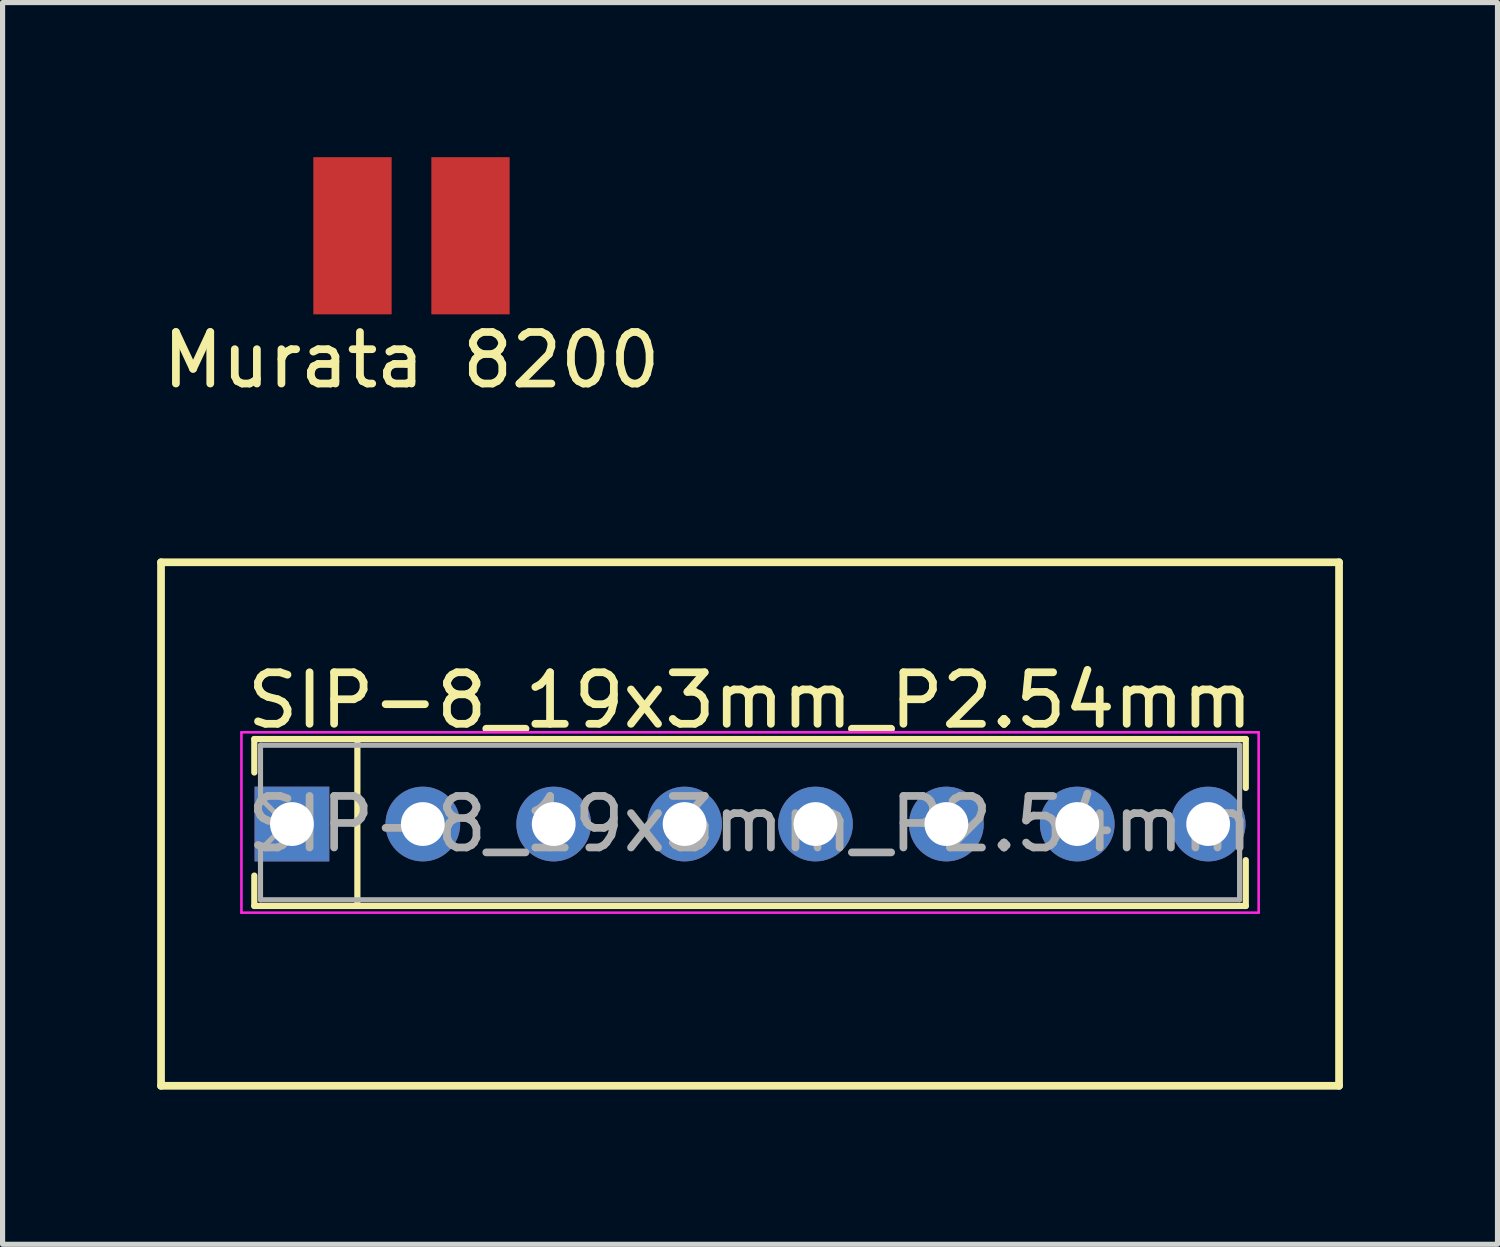
<source format=kicad_pcb>
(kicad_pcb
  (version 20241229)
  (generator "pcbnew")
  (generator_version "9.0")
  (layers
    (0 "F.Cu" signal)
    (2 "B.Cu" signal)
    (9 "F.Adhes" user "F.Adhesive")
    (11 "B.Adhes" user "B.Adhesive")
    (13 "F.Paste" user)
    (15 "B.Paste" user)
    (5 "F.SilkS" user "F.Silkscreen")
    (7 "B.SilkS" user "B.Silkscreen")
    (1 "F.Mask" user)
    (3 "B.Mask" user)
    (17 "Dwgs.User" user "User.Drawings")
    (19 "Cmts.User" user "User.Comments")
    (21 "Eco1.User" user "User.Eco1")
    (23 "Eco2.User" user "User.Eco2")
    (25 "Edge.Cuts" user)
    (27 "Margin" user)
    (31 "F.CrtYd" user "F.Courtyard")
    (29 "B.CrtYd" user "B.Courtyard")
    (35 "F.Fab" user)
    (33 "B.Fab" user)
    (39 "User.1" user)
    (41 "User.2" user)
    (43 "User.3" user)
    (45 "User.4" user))
  (footprint "SIP-8_19x3mm_P2.54mm"
    (layer "F.Cu")
    (at 2.615 12.941)
    (property "Reference" "SIP-8_19x3mm_P2.54mm" (at 8.89 -2.4 0) (layer "F.SilkS") (effects (font (size 1 1) (thickness 0.15))))
    (attr through_hole)
    (fp_line (start -2.54 -5.08) (end 20.32 -5.08) (stroke (width 0.15) (type solid)) (layer "F.SilkS"))
    (fp_line (start -2.54 5.08) (end -2.54 -5.08) (stroke (width 0.15) (type solid)) (layer "F.SilkS"))
    (fp_line (start -0.73 -1.65) (end -0.73 -1) (stroke (width 0.12) (type solid)) (layer "F.SilkS"))
    (fp_line (start -0.73 1.59) (end -0.73 1) (stroke (width 0.12) (type solid)) (layer "F.SilkS"))
    (fp_line (start 1.27 1.59) (end 1.27 -1.65) (stroke (width 0.12) (type solid)) (layer "F.SilkS"))
    (fp_line (start 18.51 -1.65) (end -0.73 -1.65) (stroke (width 0.12) (type solid)) (layer "F.SilkS"))
    (fp_line (start 18.51 -1.65) (end 18.51 -0.7) (stroke (width 0.12) (type solid)) (layer "F.SilkS"))
    (fp_line (start 18.51 1.59) (end -0.73 1.59) (stroke (width 0.12) (type solid)) (layer "F.SilkS"))
    (fp_line (start 18.51 1.59) (end 18.51 0.7) (stroke (width 0.12) (type solid)) (layer "F.SilkS"))
    (fp_line (start 20.32 -5.08) (end 20.32 5.08) (stroke (width 0.15) (type solid)) (layer "F.SilkS"))
    (fp_line (start 20.32 5.08) (end -2.54 5.08) (stroke (width 0.15) (type solid)) (layer "F.SilkS"))
    (fp_line (start -0.98 -1.78) (end 18.76 -1.78) (stroke (width 0.05) (type solid)) (layer "F.CrtYd"))
    (fp_line (start -0.98 1.72) (end -0.98 -1.78) (stroke (width 0.05) (type solid)) (layer "F.CrtYd"))
    (fp_line (start 18.76 -1.78) (end 18.76 1.72) (stroke (width 0.05) (type solid)) (layer "F.CrtYd"))
    (fp_line (start 18.76 1.72) (end -0.98 1.72) (stroke (width 0.05) (type solid)) (layer "F.CrtYd"))
    (fp_line (start -0.61 -1.53) (end -0.61 -0.5) (stroke (width 0.1) (type solid)) (layer "F.Fab"))
    (fp_line (start -0.61 -0.5) (end -0.11 0) (stroke (width 0.1) (type solid)) (layer "F.Fab"))
    (fp_line (start -0.61 0.5) (end -0.61 1.47) (stroke (width 0.1) (type solid)) (layer "F.Fab"))
    (fp_line (start -0.11 0) (end -0.61 0.5) (stroke (width 0.1) (type solid)) (layer "F.Fab"))
    (fp_line (start 18.39 -1.53) (end -0.61 -1.53) (stroke (width 0.1) (type solid)) (layer "F.Fab"))
    (fp_line (start 18.39 -1.53) (end 18.39 1.47) (stroke (width 0.1) (type solid)) (layer "F.Fab"))
    (fp_line (start 18.39 1.47) (end -0.61 1.47) (stroke (width 0.1) (type solid)) (layer "F.Fab"))
    (fp_text user "${REFERENCE}" (at 8.89 0 0) (layer "F.Fab") (effects (font (size 1 1) (thickness 0.15))))
    (pad "1" thru_hole rect (at 0 0 90) (size 1.45 1.45) (drill 0.85) (layers "*.Cu" "*.Mask"))
    (pad "2" thru_hole circle (at 2.54 0 90) (size 1.45 1.45) (drill 0.85) (layers "*.Cu" "*.Mask"))
    (pad "3" thru_hole circle (at 5.08 0 90) (size 1.45 1.45) (drill 0.85) (layers "*.Cu" "*.Mask"))
    (pad "4" thru_hole circle (at 7.62 0 90) (size 1.45 1.45) (drill 0.85) (layers "*.Cu" "*.Mask"))
    (pad "5" thru_hole circle (at 10.16 0 90) (size 1.45 1.45) (drill 0.85) (layers "*.Cu" "*.Mask"))
    (pad "6" thru_hole circle (at 12.7 0 90) (size 1.45 1.45) (drill 0.85) (layers "*.Cu" "*.Mask"))
    (pad "7" thru_hole circle (at 15.24 0 90) (size 1.45 1.45) (drill 0.85) (layers "*.Cu" "*.Mask"))
    (pad "8" thru_hole circle (at 17.78 0 90) (size 1.45 1.45) (drill 0.85) (layers "*.Cu" "*.Mask")))
  (footprint "Murata 8200"
    (layer "F.Cu")
    (at 4.935 1.525)
    (property "Reference" "Murata 8200" (at 0 2.413 0) (layer "F.SilkS") (effects (font (size 1 1) (thickness 0.15))))
    (attr through_hole)
    (pad "1" smd rect (at -1.145 0) (size 1.52 3.05) (layers "F.Cu" "F.Mask" "F.Paste"))
    (pad "2" smd rect (at 1.145 0) (size 1.52 3.05) (layers "F.Cu" "F.Mask" "F.Paste")))
  (gr_rect
    (start -3 -3)
    (end 26.01 21.096)
    (stroke (width 0.1) (type default))
    (fill no)
    (layer "Edge.Cuts")))
</source>
